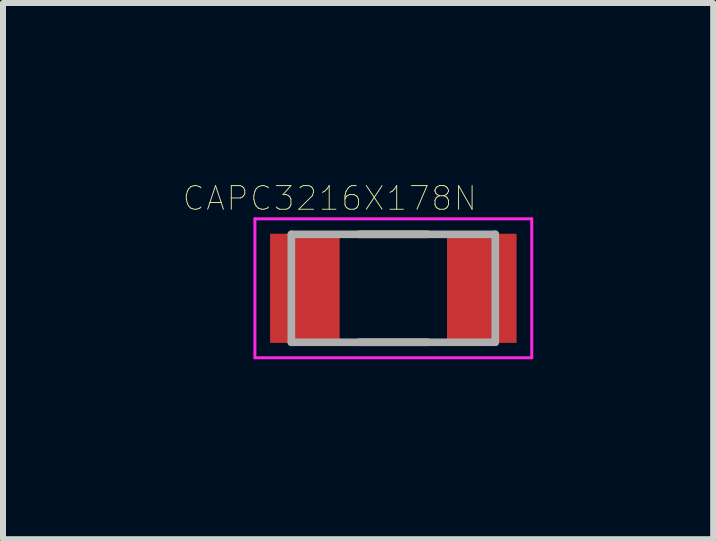
<source format=kicad_pcb>
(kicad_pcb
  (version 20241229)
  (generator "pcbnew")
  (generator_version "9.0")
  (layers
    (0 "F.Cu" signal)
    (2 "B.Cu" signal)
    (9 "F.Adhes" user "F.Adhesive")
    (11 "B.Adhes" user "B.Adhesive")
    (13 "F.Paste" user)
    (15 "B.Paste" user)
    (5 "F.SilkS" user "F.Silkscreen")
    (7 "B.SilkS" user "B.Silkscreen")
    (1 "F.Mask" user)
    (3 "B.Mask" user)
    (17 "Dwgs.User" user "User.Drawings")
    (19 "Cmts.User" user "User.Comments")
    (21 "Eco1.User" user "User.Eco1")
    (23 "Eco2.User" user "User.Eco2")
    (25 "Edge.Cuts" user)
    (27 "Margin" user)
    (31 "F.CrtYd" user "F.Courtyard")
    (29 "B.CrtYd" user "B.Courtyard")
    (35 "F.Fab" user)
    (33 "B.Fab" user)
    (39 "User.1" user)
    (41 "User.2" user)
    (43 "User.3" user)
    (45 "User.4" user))
  (footprint "CAPC3216X178N"
    (layer "F.Cu")
    (at 3.508 1.757)
    (property "Reference" "CAPC3216X178N" (at -1.06 -1.5 0) (layer "F.SilkS") (effects (font (size 0.394 0.394) (thickness 0.015))))
    (attr through_hole)
    (fp_line (start -0.57 -0.9) (end 0.57 -0.9) (stroke (width 0.127) (type solid)) (layer "F.SilkS"))
    (fp_line (start -0.57 0.9) (end 0.57 0.9) (stroke (width 0.127) (type solid)) (layer "F.SilkS"))
    (fp_line (start -2.308 -1.158) (end 2.308 -1.158) (stroke (width 0.05) (type solid)) (layer "F.CrtYd"))
    (fp_line (start -2.308 1.158) (end -2.308 -1.158) (stroke (width 0.05) (type solid)) (layer "F.CrtYd"))
    (fp_line (start -2.308 1.158) (end 2.308 1.158) (stroke (width 0.05) (type solid)) (layer "F.CrtYd"))
    (fp_line (start 2.308 1.158) (end 2.308 -1.158) (stroke (width 0.05) (type solid)) (layer "F.CrtYd"))
    (fp_line (start -1.7 0.9) (end -1.7 -0.9) (stroke (width 0.127) (type solid)) (layer "F.Fab"))
    (fp_line (start 1.7 -0.9) (end -1.7 -0.9) (stroke (width 0.127) (type solid)) (layer "F.Fab"))
    (fp_line (start 1.7 0.9) (end -1.7 0.9) (stroke (width 0.127) (type solid)) (layer "F.Fab"))
    (fp_line (start 1.7 0.9) (end 1.7 -0.9) (stroke (width 0.127) (type solid)) (layer "F.Fab"))
    (pad "1" smd rect (at -1.475 0) (size 1.16 1.82) (layers "F.Cu" "F.Mask" "F.Paste"))
    (pad "2" smd rect (at 1.475 0) (size 1.16 1.82) (layers "F.Cu" "F.Mask" "F.Paste")))
  (gr_rect
    (start -3 -3)
    (end 8.841 5.94)
    (stroke (width 0.1) (type default))
    (fill no)
    (layer "Edge.Cuts")))
</source>
